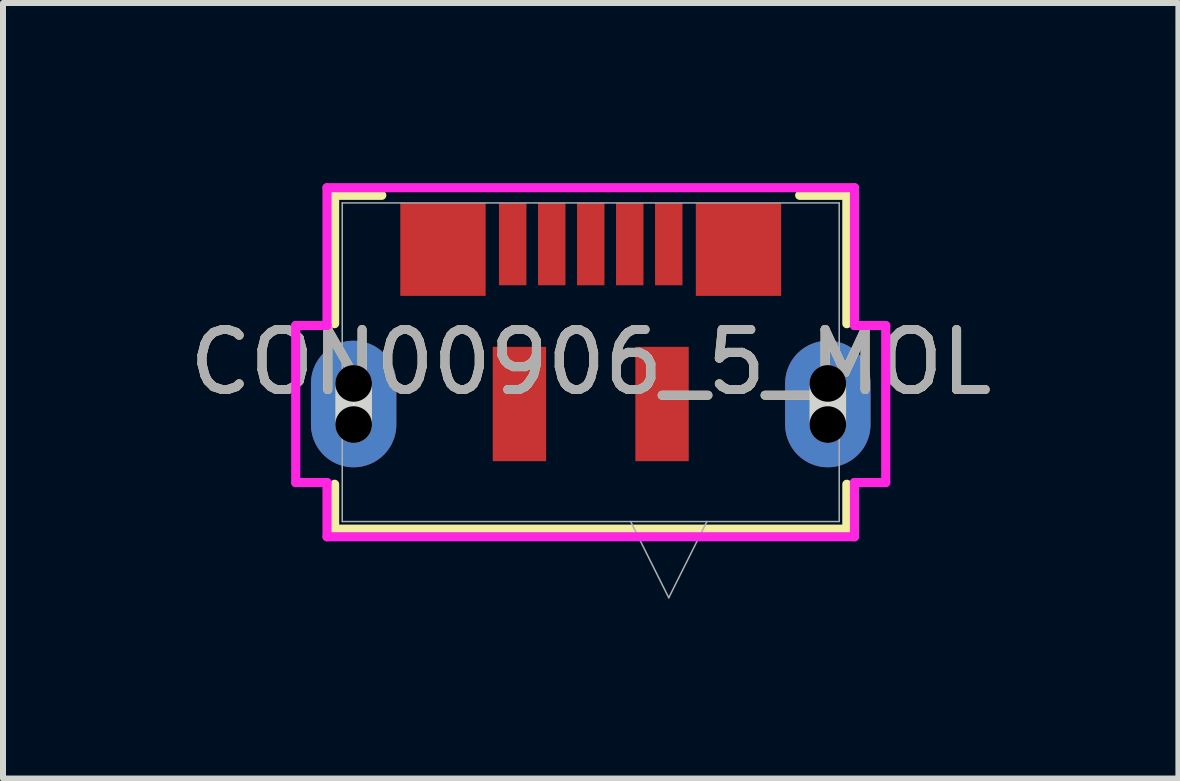
<source format=kicad_pcb>
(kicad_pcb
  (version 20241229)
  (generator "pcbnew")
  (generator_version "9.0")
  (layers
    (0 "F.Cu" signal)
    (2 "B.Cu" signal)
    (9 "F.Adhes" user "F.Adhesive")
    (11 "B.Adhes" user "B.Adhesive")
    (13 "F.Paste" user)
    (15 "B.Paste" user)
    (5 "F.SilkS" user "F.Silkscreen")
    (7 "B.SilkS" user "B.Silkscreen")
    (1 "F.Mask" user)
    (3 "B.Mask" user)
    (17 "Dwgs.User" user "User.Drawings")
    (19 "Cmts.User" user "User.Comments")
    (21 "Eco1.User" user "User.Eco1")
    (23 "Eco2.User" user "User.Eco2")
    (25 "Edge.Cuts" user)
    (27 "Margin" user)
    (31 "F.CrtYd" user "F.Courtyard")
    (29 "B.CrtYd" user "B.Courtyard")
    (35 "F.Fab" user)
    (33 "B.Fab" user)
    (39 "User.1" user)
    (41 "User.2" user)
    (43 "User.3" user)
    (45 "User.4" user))
  (footprint "CON00906_5_MOL"
    (layer "F.Cu")
    (at 6.792 2.985)
    (property "Reference" "CON00906_5_MOL" (at 0 0 0) (unlocked yes) (layer "F.SilkS") (effects (font (size 1 1) (thickness 0.15))))
    (attr smd)
    (fp_line (start -4.267 -2.781) (end -4.267 -0.642) (stroke (width 0.152) (type solid)) (layer "F.SilkS"))
    (fp_line (start -4.267 2.033) (end -4.267 2.781) (stroke (width 0.152) (type solid)) (layer "F.SilkS"))
    (fp_line (start -4.267 2.781) (end 4.267 2.781) (stroke (width 0.152) (type solid)) (layer "F.SilkS"))
    (fp_line (start -3.481 -2.781) (end -4.267 -2.781) (stroke (width 0.152) (type solid)) (layer "F.SilkS"))
    (fp_line (start 4.267 -2.781) (end 3.481 -2.781) (stroke (width 0.152) (type solid)) (layer "F.SilkS"))
    (fp_line (start 4.267 -0.642) (end 4.267 -2.781) (stroke (width 0.152) (type solid)) (layer "F.SilkS"))
    (fp_line (start 4.267 2.781) (end 4.267 2.033) (stroke (width 0.152) (type solid)) (layer "F.SilkS"))
    (fp_line (start -3.95 1.039) (end -3.95 0.353) (stroke (width 0.61) (type solid)) (layer "Edge.Cuts"))
    (fp_line (start 3.95 1.039) (end 3.95 0.353) (stroke (width 0.61) (type solid)) (layer "Edge.Cuts"))
    (fp_line (start -4.915 -0.612) (end -4.915 2.004) (stroke (width 0.152) (type solid)) (layer "F.CrtYd"))
    (fp_line (start -4.915 2.004) (end -4.394 2.004) (stroke (width 0.152) (type solid)) (layer "F.CrtYd"))
    (fp_line (start -4.394 -2.908) (end -4.394 -0.612) (stroke (width 0.152) (type solid)) (layer "F.CrtYd"))
    (fp_line (start -4.394 -0.612) (end -4.915 -0.612) (stroke (width 0.152) (type solid)) (layer "F.CrtYd"))
    (fp_line (start -4.394 2.004) (end -4.394 2.908) (stroke (width 0.152) (type solid)) (layer "F.CrtYd"))
    (fp_line (start -4.394 2.908) (end 4.394 2.908) (stroke (width 0.152) (type solid)) (layer "F.CrtYd"))
    (fp_line (start 4.394 -2.908) (end -4.394 -2.908) (stroke (width 0.152) (type solid)) (layer "F.CrtYd"))
    (fp_line (start 4.394 -0.612) (end 4.394 -2.908) (stroke (width 0.152) (type solid)) (layer "F.CrtYd"))
    (fp_line (start 4.394 2.004) (end 4.915 2.004) (stroke (width 0.152) (type solid)) (layer "F.CrtYd"))
    (fp_line (start 4.394 2.908) (end 4.394 2.004) (stroke (width 0.152) (type solid)) (layer "F.CrtYd"))
    (fp_line (start 4.915 -0.612) (end 4.394 -0.612) (stroke (width 0.152) (type solid)) (layer "F.CrtYd"))
    (fp_line (start 4.915 2.004) (end 4.915 -0.612) (stroke (width 0.152) (type solid)) (layer "F.CrtYd"))
    (fp_line (start -4.14 -2.654) (end -4.14 2.654) (stroke (width 0.025) (type solid)) (layer "F.Fab"))
    (fp_line (start -4.14 2.654) (end 4.14 2.654) (stroke (width 0.025) (type solid)) (layer "F.Fab"))
    (fp_line (start 0.665 2.654) (end 1.3 3.924) (stroke (width 0.025) (type solid)) (layer "F.Fab"))
    (fp_line (start 1.935 2.654) (end 1.3 3.924) (stroke (width 0.025) (type solid)) (layer "F.Fab"))
    (fp_line (start 4.14 -2.654) (end -4.14 -2.654) (stroke (width 0.025) (type solid)) (layer "F.Fab"))
    (fp_line (start 4.14 2.654) (end 4.14 -2.654) (stroke (width 0.025) (type solid)) (layer "F.Fab"))
    (fp_text user "${REFERENCE}" (at 0 0 0) (unlocked yes) (layer "F.Fab") (effects (font (size 1 1) (thickness 0.15))))
    (pad "" np_thru_hole circle (at -3.95 0.353) (size 0.61 0.61) (drill 0.61) (layers))
    (pad "" np_thru_hole circle (at -3.95 1.039) (size 0.61 0.61) (drill 0.61) (layers))
    (pad "" np_thru_hole circle (at 3.95 0.353) (size 0.61 0.61) (drill 0.61) (layers))
    (pad "" np_thru_hole circle (at 3.95 1.039) (size 0.61 0.61) (drill 0.61) (layers))
    (pad "1" smd rect (at 1.3 -1.968) (size 0.457 1.372) (layers "F.Cu" "F.Mask" "F.Paste"))
    (pad "2" smd rect (at 0.65 -1.968) (size 0.457 1.372) (layers "F.Cu" "F.Mask" "F.Paste"))
    (pad "3" smd rect (at 0 -1.968) (size 0.457 1.372) (layers "F.Cu" "F.Mask" "F.Paste"))
    (pad "4" smd rect (at -0.65 -1.968) (size 0.457 1.372) (layers "F.Cu" "F.Mask" "F.Paste"))
    (pad "5" smd rect (at -1.3 -1.968) (size 0.457 1.372) (layers "F.Cu" "F.Mask" "F.Paste"))
    (pad "6" smd rect (at -2.462 -1.88 90) (size 1.549 1.422) (layers "F.Cu" "F.Mask" "F.Paste"))
    (pad "7" smd rect (at 2.462 -1.88 90) (size 1.549 1.422) (layers "F.Cu" "F.Mask" "F.Paste"))
    (pad "8" smd rect (at -1.188 0.696) (size 0.889 1.905) (layers "F.Cu" "F.Mask" "F.Paste"))
    (pad "9" smd rect (at 1.188 0.696) (size 0.889 1.905) (layers "F.Cu" "F.Mask" "F.Paste"))
    (pad "10" thru_hole oval (at -3.95 0.696 90) (size 2.108 1.422) (drill 0.025) (layers "*.Cu" "*.Mask"))
    (pad "11" thru_hole oval (at 3.95 0.696 90) (size 2.108 1.422) (drill 0.025) (layers "*.Cu" "*.Mask")))
  (gr_rect
    (start -3 -3)
    (end 16.583 9.921)
    (stroke (width 0.1) (type default))
    (fill no)
    (layer "Edge.Cuts")))
</source>
